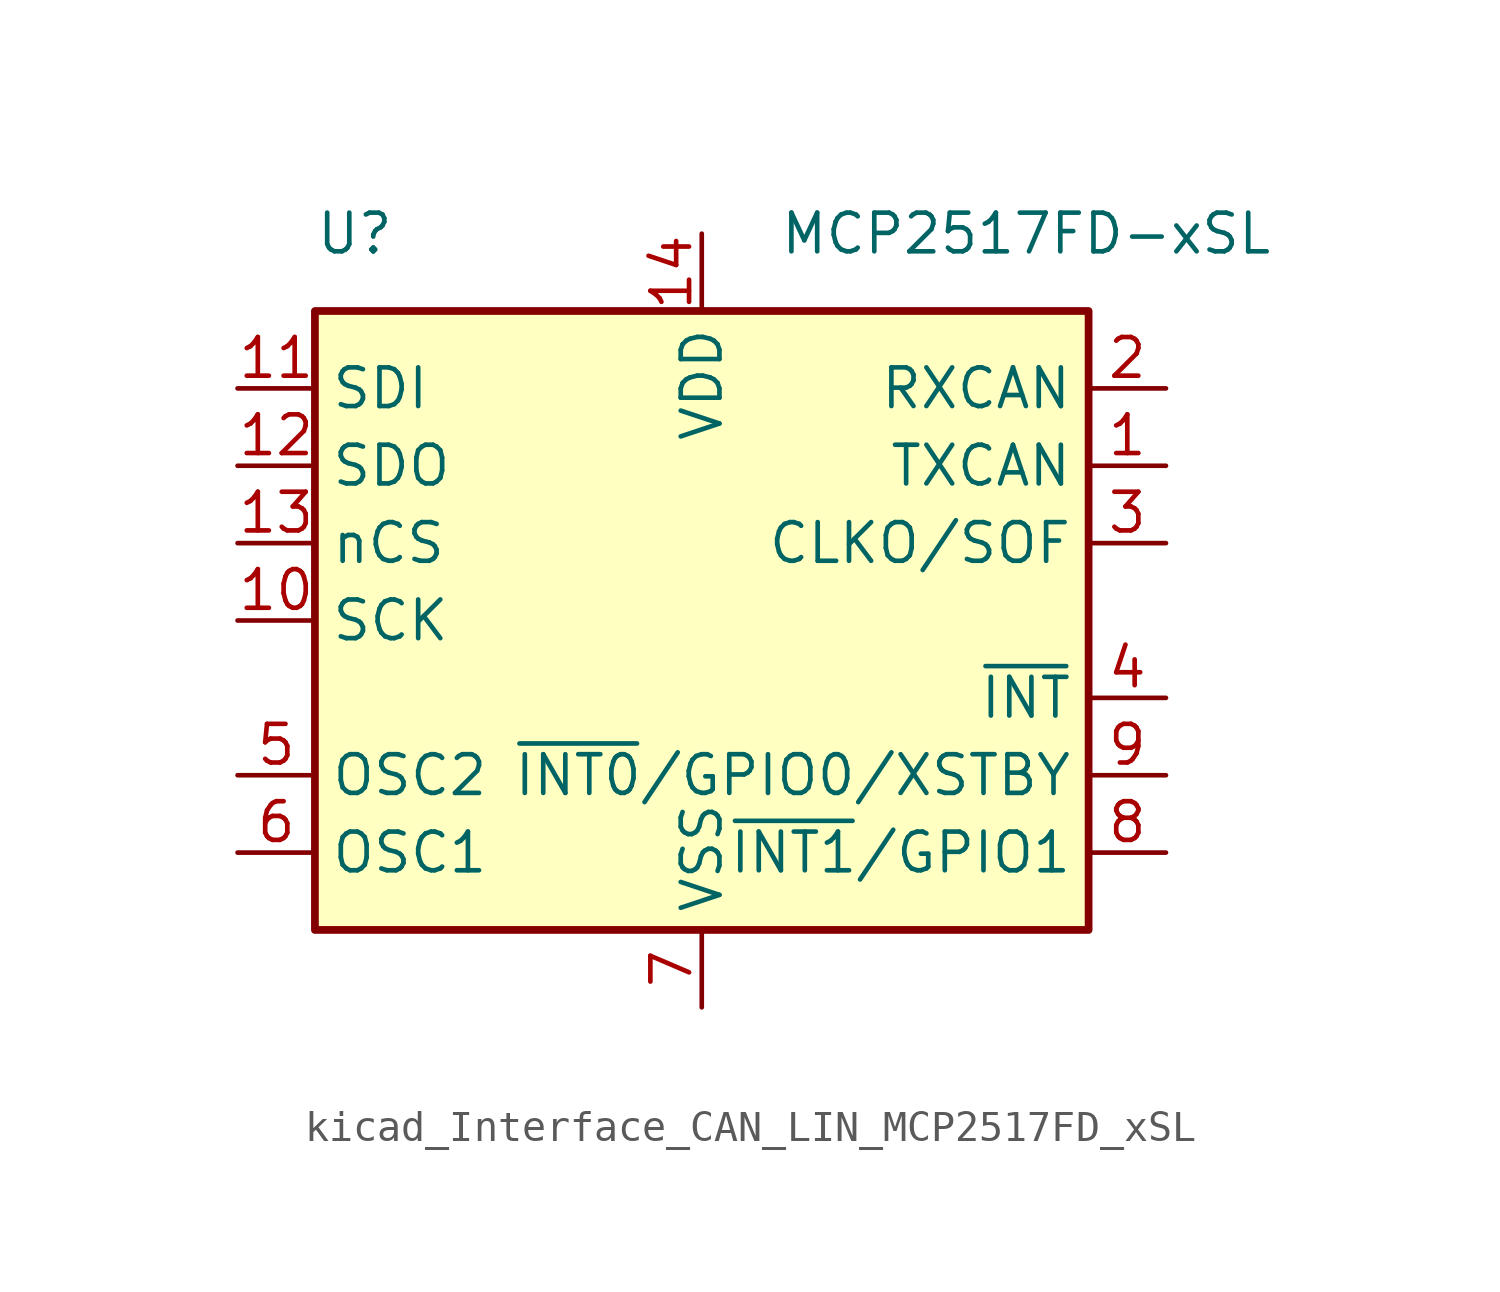
<source format=kicad_sym>
(kicad_symbol_lib
  (version 20220914)
  (generator kicad_symbol_editor)
  (symbol "kicad_Interface_CAN_LIN_MCP2517FD_xSL"
    (property "Reference" "U"
      (at -12.7 12.7 0)
      (effects (font (size 1.27 1.27)) (justify left)))
    (property "Value" "MCP2517FD-xSL"
      (at 2.54 12.7 0)
      (effects (font (size 1.27 1.27)) (justify left)))
    (symbol "kicad_Interface_CAN_LIN_MCP2517FD_xSL_0_1"
      (rectangle (start -12.7 10.16) (end 12.7 -10.16) (stroke (width 0.254) (type default)) (fill (type background))))
    (symbol "kicad_Interface_CAN_LIN_MCP2517FD_xSL_1_1"
      (pin output line (at 15.24 5.08 180) (length 2.54) (name "TXCAN" (effects (font (size 1.27 1.27)))) (number "1" (effects (font (size 1.27 1.27)))))
      (pin input line (at -15.24 0 0) (length 2.54) (name "SCK" (effects (font (size 1.27 1.27)))) (number "10" (effects (font (size 1.27 1.27)))))
      (pin input line (at -15.24 7.62 0) (length 2.54) (name "SDI" (effects (font (size 1.27 1.27)))) (number "11" (effects (font (size 1.27 1.27)))))
      (pin output line (at -15.24 5.08 0) (length 2.54) (name "SDO" (effects (font (size 1.27 1.27)))) (number "12" (effects (font (size 1.27 1.27)))))
      (pin input line (at -15.24 2.54 0) (length 2.54) (name "nCS" (effects (font (size 1.27 1.27)))) (number "13" (effects (font (size 1.27 1.27)))))
      (pin power_in line (at 0 12.7 270) (length 2.54) (name "VDD" (effects (font (size 1.27 1.27)))) (number "14" (effects (font (size 1.27 1.27)))))
      (pin input line (at 15.24 7.62 180) (length 2.54) (name "RXCAN" (effects (font (size 1.27 1.27)))) (number "2" (effects (font (size 1.27 1.27)))))
      (pin output line (at 15.24 2.54 180) (length 2.54) (name "CLKO/SOF" (effects (font (size 1.27 1.27)))) (number "3" (effects (font (size 1.27 1.27)))))
      (pin output line (at 15.24 -2.54 180) (length 2.54) (name "~{INT}" (effects (font (size 1.27 1.27)))) (number "4" (effects (font (size 1.27 1.27)))))
      (pin output line (at -15.24 -5.08 0) (length 2.54) (name "OSC2" (effects (font (size 1.27 1.27)))) (number "5" (effects (font (size 1.27 1.27)))))
      (pin input line (at -15.24 -7.62 0) (length 2.54) (name "OSC1" (effects (font (size 1.27 1.27)))) (number "6" (effects (font (size 1.27 1.27)))))
      (pin power_in line (at 0 -12.7 90) (length 2.54) (name "VSS" (effects (font (size 1.27 1.27)))) (number "7" (effects (font (size 1.27 1.27)))))
      (pin bidirectional line (at 15.24 -7.62 180) (length 2.54) (name "~{INT1}/GPIO1" (effects (font (size 1.27 1.27)))) (number "8" (effects (font (size 1.27 1.27)))))
      (pin bidirectional line (at 15.24 -5.08 180) (length 2.54) (name "~{INT0}/GPIO0/XSTBY" (effects (font (size 1.27 1.27)))) (number "9" (effects (font (size 1.27 1.27))))))))
</source>
